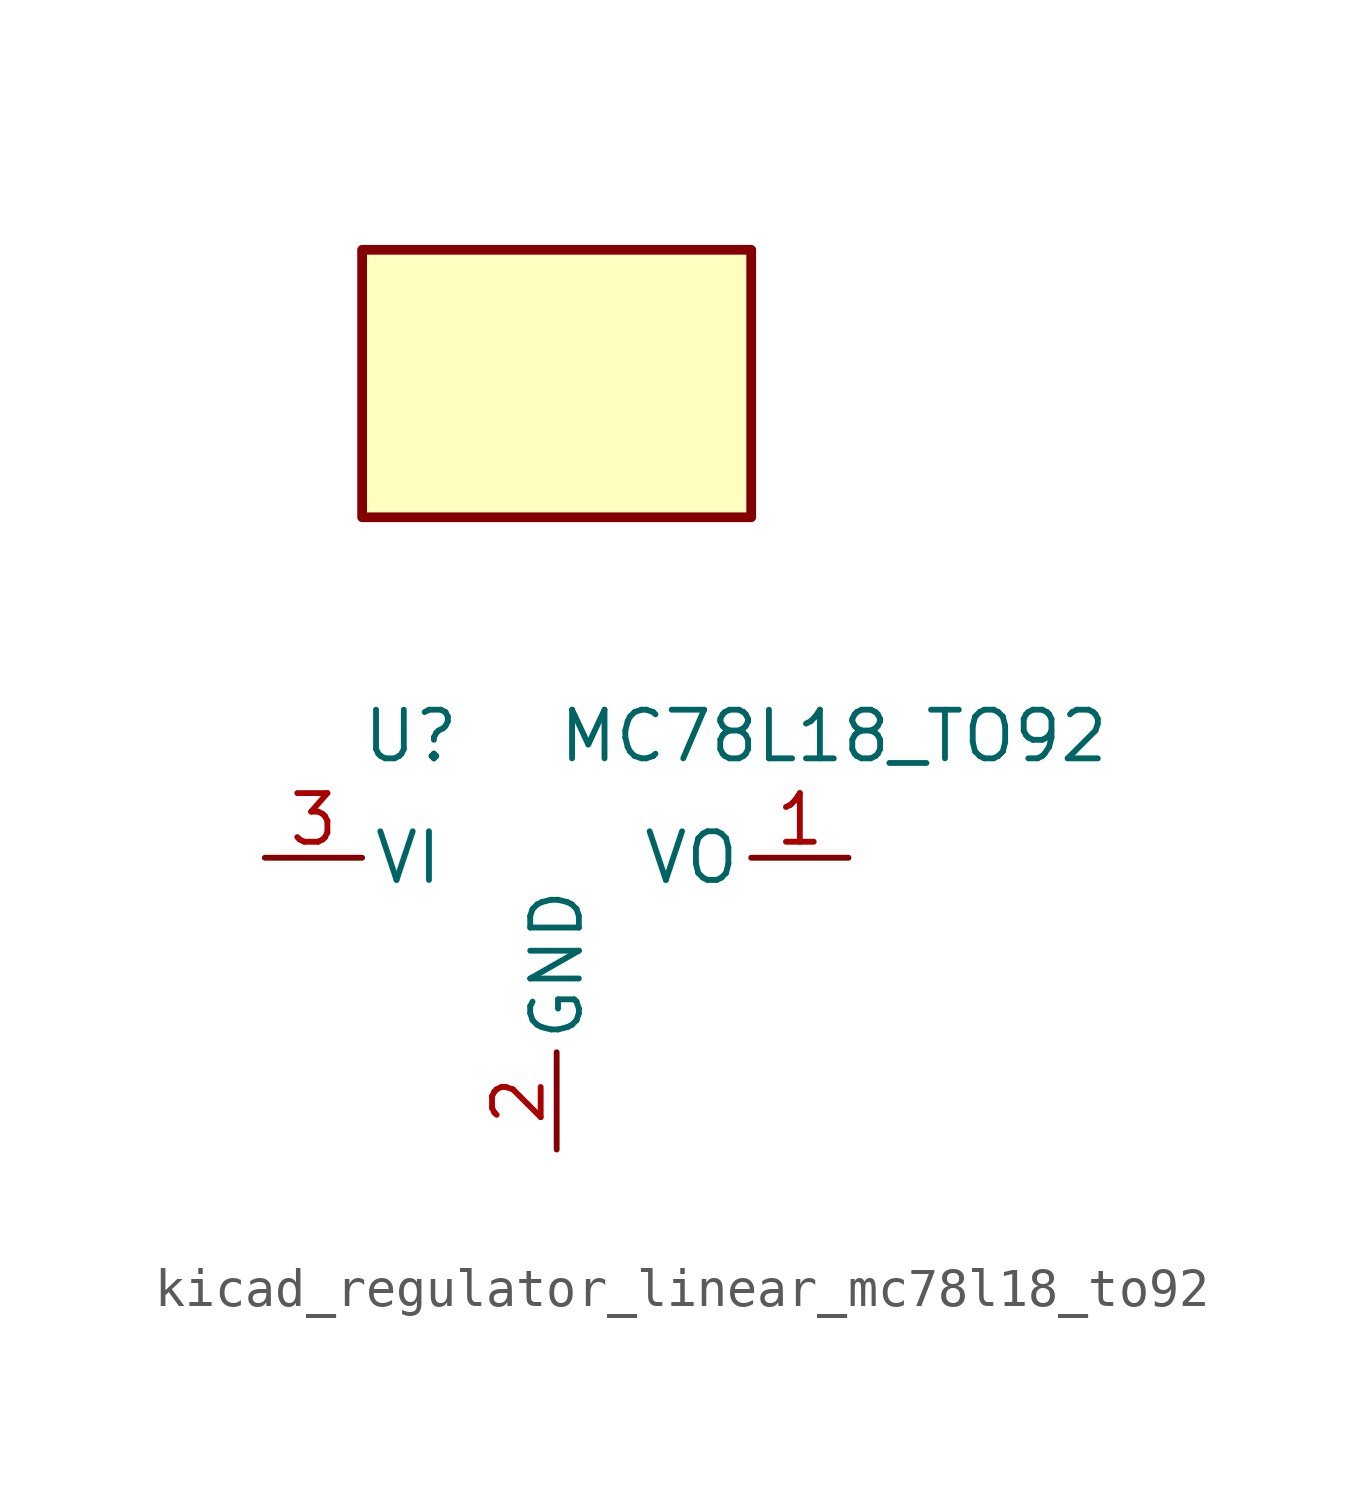
<source format=kicad_sym>
(kicad_symbol_lib
  (version 20220914)
  (generator kicad_symbol_editor)
  (symbol "kicad_regulator_linear_mc78l18_to92"
    (pin_names
      (offset 0.254))
    (property "Reference" "U"
      (at -3.81 3.175 0)
      (effects (font (size 1.27 1.27))))
    (property "Value" "MC78L18_TO92"
      (at 0 3.175 0)
      (effects (font (size 1.27 1.27)) (justify left)))
    (symbol "kicad_regulator_linear_mc78l18_to92_0_1"
      (rectangle (start 5.08 15.875) (end -5.08 8.89) (stroke (width 0.254) (type default)) (fill (type background))))
    (symbol "kicad_regulator_linear_mc78l18_to92_1_1"
      (pin power_out line (at 7.62 0 180) (length 2.54) (name "VO" (effects (font (size 1.27 1.27)))) (number "1" (effects (font (size 1.27 1.27)))))
      (pin power_in line (at 0 -7.62 90) (length 2.54) (name "GND" (effects (font (size 1.27 1.27)))) (number "2" (effects (font (size 1.27 1.27)))))
      (pin power_in line (at -7.62 0 0) (length 2.54) (name "VI" (effects (font (size 1.27 1.27)))) (number "3" (effects (font (size 1.27 1.27))))))))
</source>
